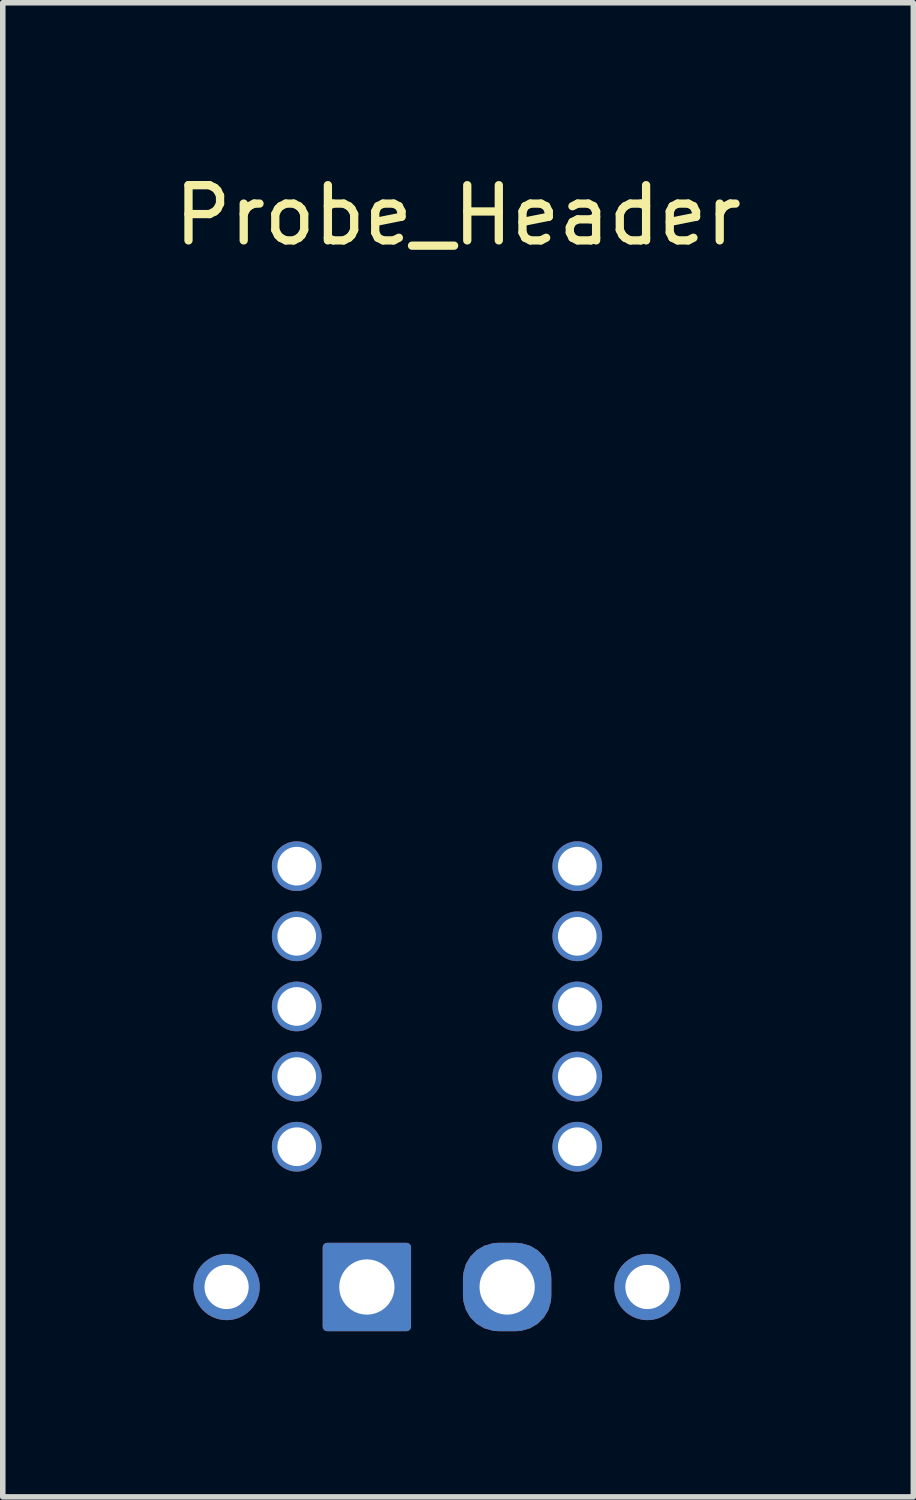
<source format=kicad_pcb>
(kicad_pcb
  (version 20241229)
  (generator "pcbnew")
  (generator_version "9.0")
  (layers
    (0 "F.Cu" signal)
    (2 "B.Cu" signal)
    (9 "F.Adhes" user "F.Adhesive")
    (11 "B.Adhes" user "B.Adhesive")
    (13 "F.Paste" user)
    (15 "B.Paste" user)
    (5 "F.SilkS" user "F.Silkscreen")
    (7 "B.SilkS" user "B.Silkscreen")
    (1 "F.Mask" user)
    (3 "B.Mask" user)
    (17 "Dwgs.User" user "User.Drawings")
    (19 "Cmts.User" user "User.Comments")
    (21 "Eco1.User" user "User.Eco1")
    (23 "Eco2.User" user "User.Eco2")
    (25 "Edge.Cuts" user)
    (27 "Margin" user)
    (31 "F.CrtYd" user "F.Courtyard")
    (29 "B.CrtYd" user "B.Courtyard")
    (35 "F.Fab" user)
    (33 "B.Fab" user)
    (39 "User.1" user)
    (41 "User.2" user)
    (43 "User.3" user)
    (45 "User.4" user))
  (footprint "Probe_Header"
    (layer "F.Cu")
    (at 4.863 20.254)
    (property "Reference" "Probe_Header" (at 0.381 -19.406 0) (unlocked yes) (layer "F.SilkS") (effects (font (size 1 1) (thickness 0.15))))
    (attr through_hole)
    (pad "1" thru_hole roundrect (at -1.27 0) (size 1.6 1.6) (drill 1) (layers "*.Cu" "*.Mask") (roundrect_rratio 0.05))
    (pad "2" thru_hole roundrect (at 1.27 0) (size 1.6 1.6) (drill 1) (layers "*.Cu" "*.Mask") (roundrect_rratio 0.4))
    (pad "3" thru_hole circle (at -3.81 0) (size 1.2 1.2) (drill 0.8) (layers "*.Cu" "*.Mask"))
    (pad "3" thru_hole circle (at -2.54 -7.62) (size 0.9 0.9) (drill 0.7) (layers "*.Cu" "*.Mask"))
    (pad "3" thru_hole circle (at -2.54 -6.35) (size 0.9 0.9) (drill 0.7) (layers "*.Cu" "*.Mask"))
    (pad "3" thru_hole circle (at -2.54 -5.08) (size 0.9 0.9) (drill 0.7) (layers "*.Cu" "*.Mask"))
    (pad "3" thru_hole circle (at -2.54 -3.81) (size 0.9 0.9) (drill 0.7) (layers "*.Cu" "*.Mask"))
    (pad "3" thru_hole circle (at -2.54 -2.54) (size 0.9 0.9) (drill 0.7) (layers "*.Cu" "*.Mask"))
    (pad "3" thru_hole circle (at 2.54 -7.62) (size 0.9 0.9) (drill 0.7) (layers "*.Cu" "*.Mask"))
    (pad "3" thru_hole circle (at 2.54 -6.35) (size 0.9 0.9) (drill 0.7) (layers "*.Cu" "*.Mask"))
    (pad "3" thru_hole circle (at 2.54 -5.08) (size 0.9 0.9) (drill 0.7) (layers "*.Cu" "*.Mask"))
    (pad "3" thru_hole circle (at 2.54 -3.81) (size 0.9 0.9) (drill 0.7) (layers "*.Cu" "*.Mask"))
    (pad "3" thru_hole circle (at 2.54 -2.54) (size 0.9 0.9) (drill 0.7) (layers "*.Cu" "*.Mask"))
    (pad "3" thru_hole circle (at 3.81 0) (size 1.2 1.2) (drill 0.8) (layers "*.Cu" "*.Mask")))
  (gr_rect
    (start -3 -3)
    (end 13.488 24.054)
    (stroke (width 0.1) (type default))
    (fill no)
    (layer "Edge.Cuts")))
</source>
